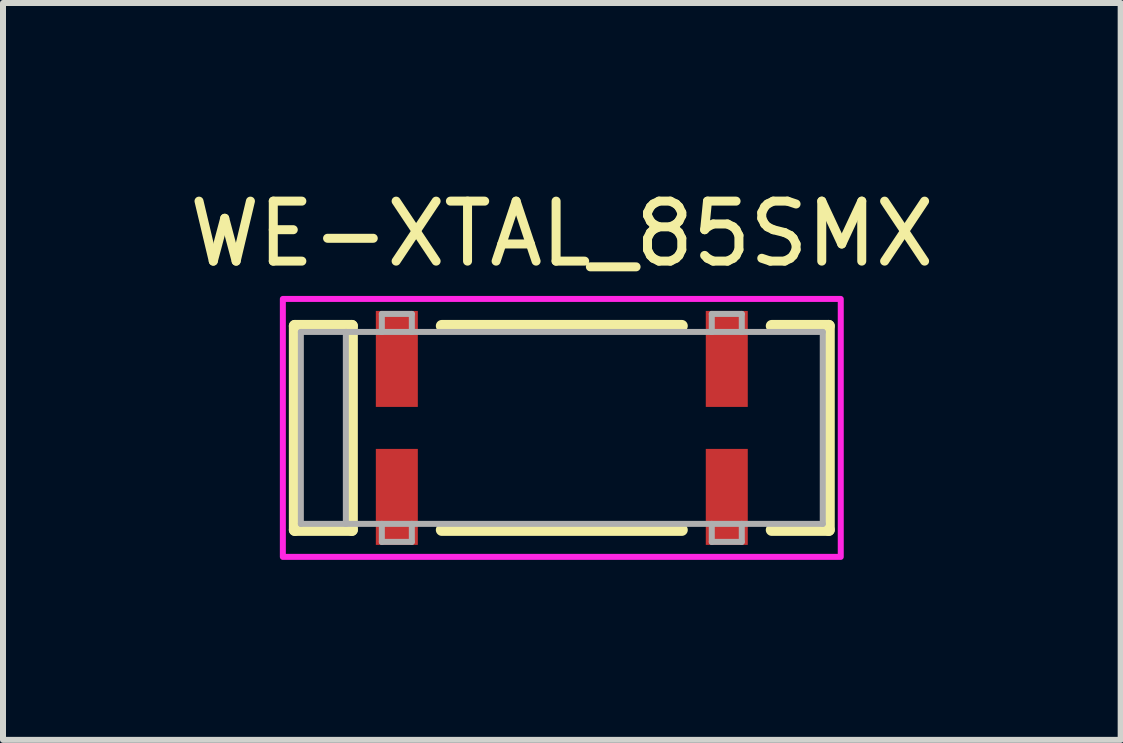
<source format=kicad_pcb>
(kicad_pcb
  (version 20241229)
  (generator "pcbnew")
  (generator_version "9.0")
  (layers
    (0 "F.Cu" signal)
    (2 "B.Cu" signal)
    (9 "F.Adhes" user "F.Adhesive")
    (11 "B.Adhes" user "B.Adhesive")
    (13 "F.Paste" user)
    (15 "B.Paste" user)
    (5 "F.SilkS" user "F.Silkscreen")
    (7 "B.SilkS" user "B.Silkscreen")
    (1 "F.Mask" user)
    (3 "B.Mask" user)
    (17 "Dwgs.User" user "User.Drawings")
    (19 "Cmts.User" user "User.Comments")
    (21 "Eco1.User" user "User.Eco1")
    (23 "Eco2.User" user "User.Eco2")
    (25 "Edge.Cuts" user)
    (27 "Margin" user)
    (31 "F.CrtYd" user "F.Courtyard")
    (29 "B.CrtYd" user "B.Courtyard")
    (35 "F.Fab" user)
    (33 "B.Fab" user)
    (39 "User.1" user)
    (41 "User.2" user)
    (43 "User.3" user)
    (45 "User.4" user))
  (footprint "WE-XTAL_85SMX"
    (layer "F.Cu")
    (at 6.315 4.083)
    (property "Reference" "WE-XTAL_85SMX" (at 0 -3.235 0) (layer "F.SilkS") (effects (font (size 1 1) (thickness 0.15))))
    (attr smd)
    (fp_line (start -4.45 -1.7) (end -4.45 1.7) (stroke (width 0.2) (type solid)) (layer "F.SilkS"))
    (fp_line (start -4.45 1.7) (end -3.5 1.7) (stroke (width 0.2) (type solid)) (layer "F.SilkS"))
    (fp_line (start -3.5 -1.7) (end -4.45 -1.7) (stroke (width 0.2) (type solid)) (layer "F.SilkS"))
    (fp_line (start -3.5 -1.7) (end -3.5 1.7) (stroke (width 0.2) (type solid)) (layer "F.SilkS"))
    (fp_line (start -2 -1.7) (end 2 -1.7) (stroke (width 0.2) (type solid)) (layer "F.SilkS"))
    (fp_line (start -2 1.7) (end 2 1.7) (stroke (width 0.2) (type solid)) (layer "F.SilkS"))
    (fp_line (start 3.5 -1.7) (end 4.45 -1.7) (stroke (width 0.2) (type solid)) (layer "F.SilkS"))
    (fp_line (start 4.45 -1.7) (end 4.45 1.7) (stroke (width 0.2) (type solid)) (layer "F.SilkS"))
    (fp_line (start 4.45 1.7) (end 3.5 1.7) (stroke (width 0.2) (type solid)) (layer "F.SilkS"))
    (fp_poly (pts (xy -4.65 -2.15) (xy 4.65 -2.15) (xy 4.65 2.15) (xy -4.65 2.15)) (stroke (width 0.1) (type solid)) (fill no) (layer "F.CrtYd"))
    (fp_line (start -4.35 -1.6) (end -3.6 -1.6) (stroke (width 0.1) (type solid)) (layer "F.Fab"))
    (fp_line (start -4.35 1.6) (end -4.35 -1.6) (stroke (width 0.1) (type solid)) (layer "F.Fab"))
    (fp_line (start -3.6 -1.6) (end -3.6 1.6) (stroke (width 0.1) (type solid)) (layer "F.Fab"))
    (fp_line (start -3.6 -1.6) (end -3 -1.6) (stroke (width 0.1) (type solid)) (layer "F.Fab"))
    (fp_line (start -3.6 1.6) (end -4.35 1.6) (stroke (width 0.1) (type solid)) (layer "F.Fab"))
    (fp_line (start -3 -1.9) (end -2.5 -1.9) (stroke (width 0.1) (type solid)) (layer "F.Fab"))
    (fp_line (start -3 -1.6) (end -3 -1.9) (stroke (width 0.1) (type solid)) (layer "F.Fab"))
    (fp_line (start -3 -1.6) (end -2.5 -1.6) (stroke (width 0.1) (type solid)) (layer "F.Fab"))
    (fp_line (start -3 1.6) (end -3.6 1.6) (stroke (width 0.1) (type solid)) (layer "F.Fab"))
    (fp_line (start -3 1.6) (end -3 1.9) (stroke (width 0.1) (type solid)) (layer "F.Fab"))
    (fp_line (start -3 1.9) (end -2.5 1.9) (stroke (width 0.1) (type solid)) (layer "F.Fab"))
    (fp_line (start -2.5 -1.9) (end -2.5 -1.6) (stroke (width 0.1) (type solid)) (layer "F.Fab"))
    (fp_line (start -2.5 -1.6) (end 2.5 -1.6) (stroke (width 0.1) (type solid)) (layer "F.Fab"))
    (fp_line (start -2.5 1.6) (end -3 1.6) (stroke (width 0.1) (type solid)) (layer "F.Fab"))
    (fp_line (start -2.5 1.9) (end -2.5 1.6) (stroke (width 0.1) (type solid)) (layer "F.Fab"))
    (fp_line (start 2.5 -1.9) (end 3 -1.9) (stroke (width 0.1) (type solid)) (layer "F.Fab"))
    (fp_line (start 2.5 -1.6) (end 2.5 -1.9) (stroke (width 0.1) (type solid)) (layer "F.Fab"))
    (fp_line (start 2.5 -1.6) (end 3 -1.6) (stroke (width 0.1) (type solid)) (layer "F.Fab"))
    (fp_line (start 2.5 1.6) (end -2.5 1.6) (stroke (width 0.1) (type solid)) (layer "F.Fab"))
    (fp_line (start 2.5 1.6) (end 2.5 1.9) (stroke (width 0.1) (type solid)) (layer "F.Fab"))
    (fp_line (start 2.5 1.9) (end 3 1.9) (stroke (width 0.1) (type solid)) (layer "F.Fab"))
    (fp_line (start 3 -1.9) (end 3 -1.6) (stroke (width 0.1) (type solid)) (layer "F.Fab"))
    (fp_line (start 3 -1.6) (end 4.35 -1.6) (stroke (width 0.1) (type solid)) (layer "F.Fab"))
    (fp_line (start 3 1.6) (end 2.5 1.6) (stroke (width 0.1) (type solid)) (layer "F.Fab"))
    (fp_line (start 3 1.9) (end 3 1.6) (stroke (width 0.1) (type solid)) (layer "F.Fab"))
    (fp_line (start 4.35 -1.6) (end 4.35 1.6) (stroke (width 0.1) (type solid)) (layer "F.Fab"))
    (fp_line (start 4.35 1.6) (end 3 1.6) (stroke (width 0.1) (type solid)) (layer "F.Fab"))
    (pad "1" smd rect (at -2.75 1.15) (size 0.7 1.6) (layers "F.Cu" "F.Mask" "F.Paste"))
    (pad "2" smd rect (at 2.75 1.15) (size 0.7 1.6) (layers "F.Cu" "F.Mask" "F.Paste"))
    (pad "3" smd rect (at 2.75 -1.15) (size 0.7 1.6) (layers "F.Cu" "F.Mask" "F.Paste"))
    (pad "4" smd rect (at -2.75 -1.15) (size 0.7 1.6) (layers "F.Cu" "F.Mask" "F.Paste")))
  (gr_rect
    (start -3 -3)
    (end 15.631 9.283)
    (stroke (width 0.1) (type default))
    (fill no)
    (layer "Edge.Cuts")))
</source>
